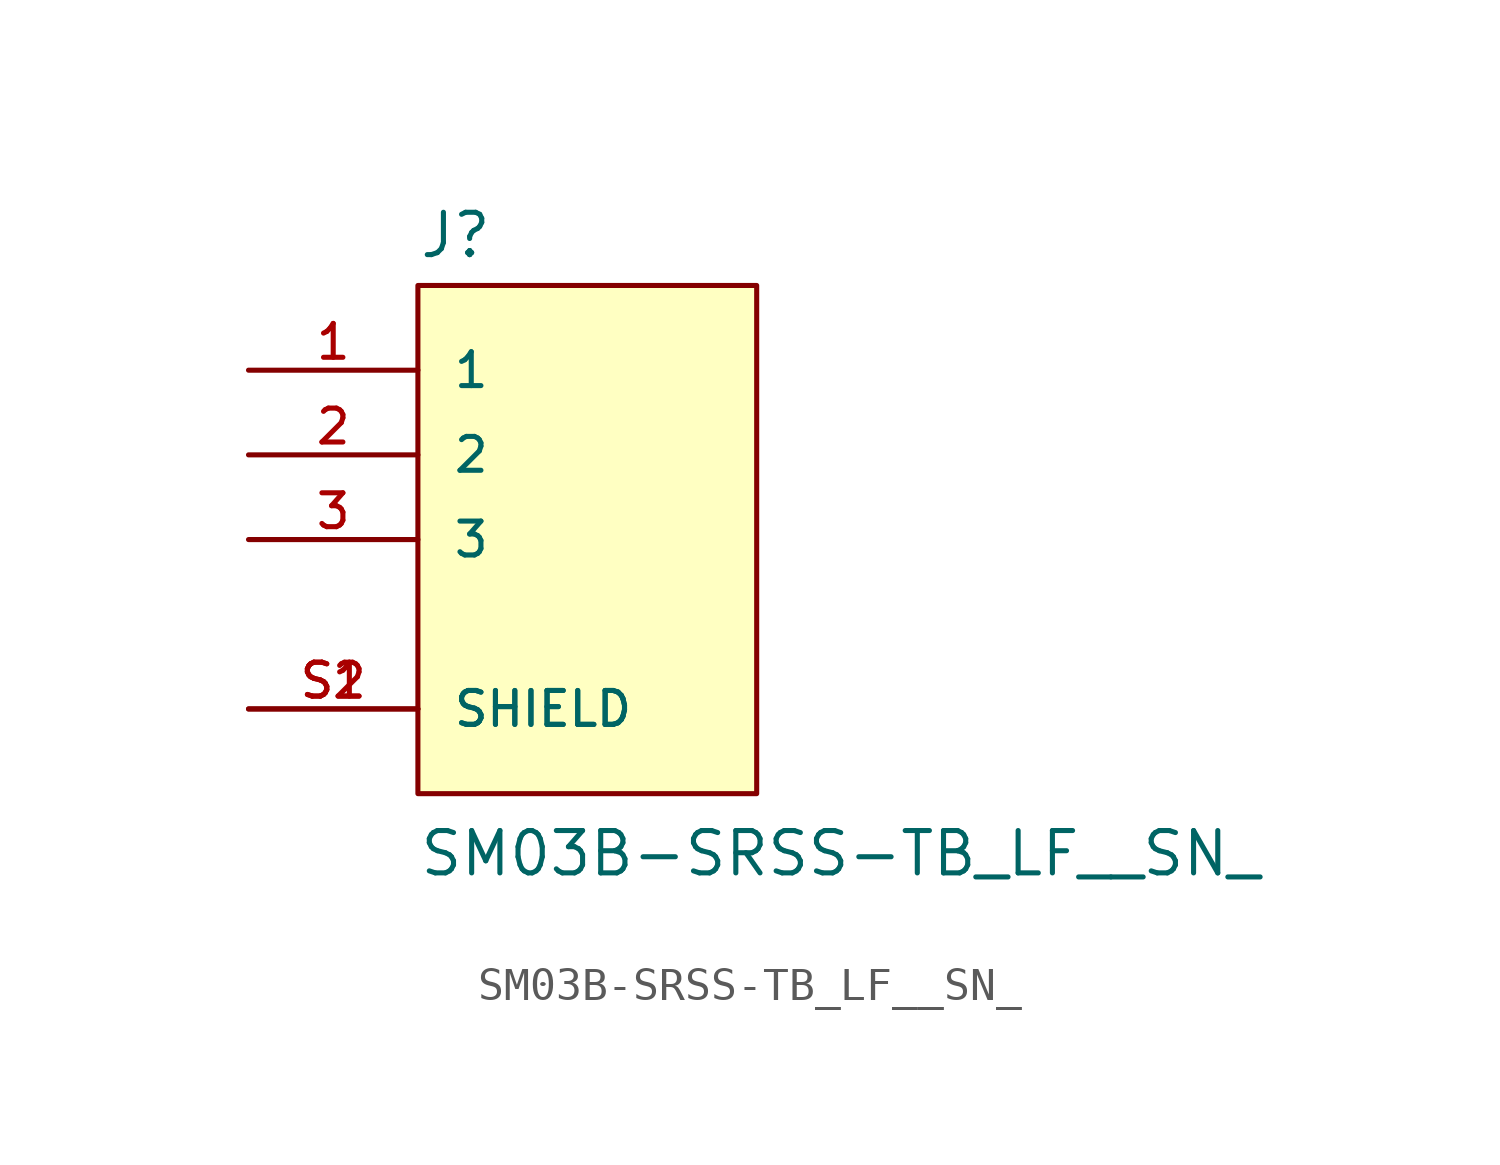
<source format=kicad_sym>
(kicad_symbol_lib
  (version 20211014)
  (generator kicad_symbol_editor)
  (symbol "SM03B-SRSS-TB_LF__SN_"
    (pin_names
      (offset 1.016))
    (property "Reference" "J"
      (at -5.08 8.382 0)
      (effects (font (size 1.27 1.27)) (justify bottom left)))
    (property "Value" "SM03B-SRSS-TB_LF__SN_"
      (at -5.08 -10.16 0)
      (effects (font (size 1.27 1.27)) (justify bottom left)))
    (symbol "SM03B-SRSS-TB_LF__SN__0_0"
      (rectangle (start -5.08 -7.62) (end 5.08 7.62) (stroke (width 0.152)) (fill (type background)))
      (pin passive line (at -10.16 5.08 0) (length 5.08) (name "1" (effects (font (size 1.016 1.016)))) (number "1" (effects (font (size 1.016 1.016)))))
      (pin passive line (at -10.16 2.54 0) (length 5.08) (name "2" (effects (font (size 1.016 1.016)))) (number "2" (effects (font (size 1.016 1.016)))))
      (pin passive line (at -10.16 0.0 0) (length 5.08) (name "3" (effects (font (size 1.016 1.016)))) (number "3" (effects (font (size 1.016 1.016)))))
      (pin passive line (at -10.16 -5.08 0) (length 5.08) (name "SHIELD" (effects (font (size 1.016 1.016)))) (number "S1" (effects (font (size 1.016 1.016)))))
      (pin passive line (at -10.16 -5.08 0) (length 5.08) (name "SHIELD" (effects (font (size 1.016 1.016)))) (number "S2" (effects (font (size 1.016 1.016))))))))
</source>
